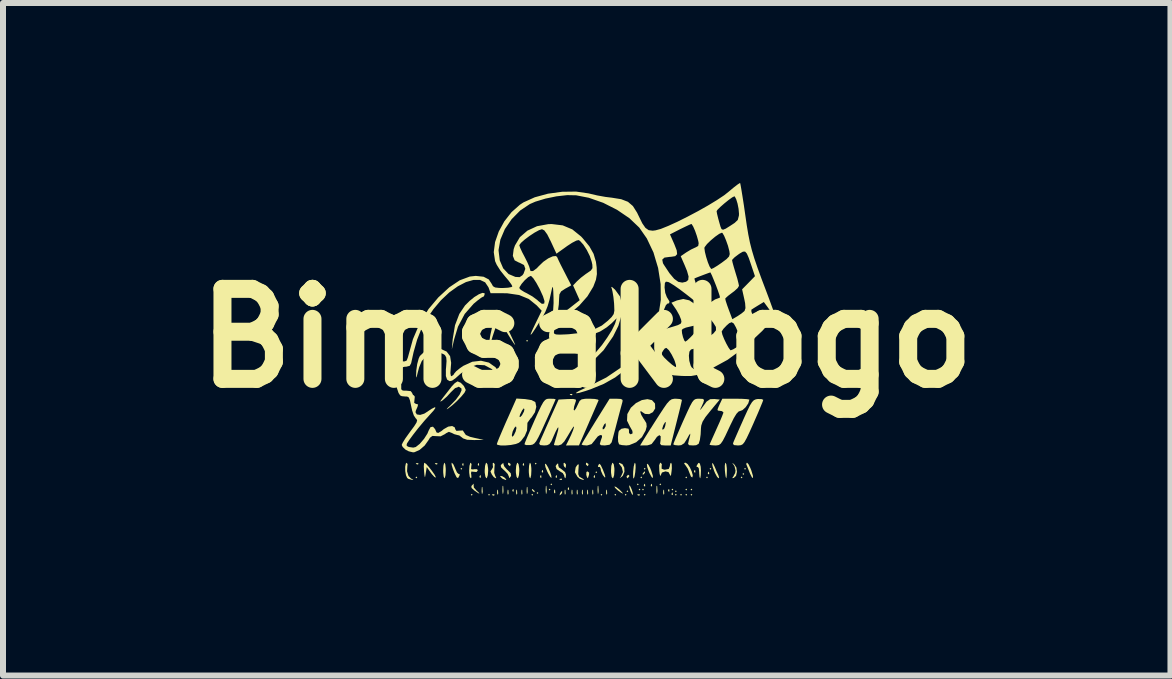
<source format=kicad_pcb>
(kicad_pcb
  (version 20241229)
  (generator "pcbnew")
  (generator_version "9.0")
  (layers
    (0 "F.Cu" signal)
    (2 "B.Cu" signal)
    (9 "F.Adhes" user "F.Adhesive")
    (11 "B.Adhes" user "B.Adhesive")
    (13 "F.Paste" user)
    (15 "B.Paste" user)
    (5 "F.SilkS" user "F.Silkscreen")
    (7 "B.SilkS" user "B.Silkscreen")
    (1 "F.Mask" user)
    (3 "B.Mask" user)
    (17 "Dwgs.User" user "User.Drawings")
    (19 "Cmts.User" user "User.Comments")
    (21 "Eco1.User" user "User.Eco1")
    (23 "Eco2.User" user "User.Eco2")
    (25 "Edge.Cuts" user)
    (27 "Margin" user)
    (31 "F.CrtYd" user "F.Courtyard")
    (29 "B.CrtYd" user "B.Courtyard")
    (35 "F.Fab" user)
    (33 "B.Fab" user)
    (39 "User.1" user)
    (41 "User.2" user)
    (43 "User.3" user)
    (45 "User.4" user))
  (footprint "Bimsaklogo"
    (layer "F.Cu")
    (at 6.729 2.586)
    (property "Reference" "Bimsaklogo" (at 0 0 0) (layer "F.SilkS") (effects (font (size 1.5 1.5) (thickness 0.3))))
    (attr board_only exclude_from_pos_files exclude_from_bom)
    (fp_poly (pts (xy -2.825 2.321) (xy -2.84 2.335) (xy -2.854 2.321) (xy -2.84 2.306)) (stroke (width 0) (type solid)) (fill yes) (layer "F.SilkS"))
    (fp_poly (pts (xy -2.076 2.177) (xy -2.09 2.191) (xy -2.105 2.177) (xy -2.09 2.162)) (stroke (width 0) (type solid)) (fill yes) (layer "F.SilkS"))
    (fp_poly (pts (xy -1.903 2.609) (xy -1.917 2.624) (xy -1.932 2.609) (xy -1.917 2.595)) (stroke (width 0) (type solid)) (fill yes) (layer "F.SilkS"))
    (fp_poly (pts (xy -1.615 2.609) (xy -1.629 2.624) (xy -1.643 2.609) (xy -1.629 2.595)) (stroke (width 0) (type solid)) (fill yes) (layer "F.SilkS"))
    (fp_poly (pts (xy -0.98 0.043) (xy -0.995 0.058) (xy -1.009 0.043) (xy -0.995 0.029)) (stroke (width 0) (type solid)) (fill yes) (layer "F.SilkS"))
    (fp_poly (pts (xy -0.894 2.609) (xy -0.908 2.624) (xy -0.923 2.609) (xy -0.908 2.595)) (stroke (width 0) (type solid)) (fill yes) (layer "F.SilkS"))
    (fp_poly (pts (xy -0.836 2.09) (xy -0.851 2.105) (xy -0.865 2.09) (xy -0.851 2.076)) (stroke (width 0) (type solid)) (fill yes) (layer "F.SilkS"))
    (fp_poly (pts (xy -0.807 2.58) (xy -0.822 2.595) (xy -0.836 2.58) (xy -0.822 2.566)) (stroke (width 0) (type solid)) (fill yes) (layer "F.SilkS"))
    (fp_poly (pts (xy -0.605 2.523) (xy -0.62 2.537) (xy -0.634 2.523) (xy -0.62 2.508)) (stroke (width 0) (type solid)) (fill yes) (layer "F.SilkS"))
    (fp_poly (pts (xy -0.577 2.436) (xy -0.591 2.451) (xy -0.605 2.436) (xy -0.591 2.422)) (stroke (width 0) (type solid)) (fill yes) (layer "F.SilkS"))
    (fp_poly (pts (xy 0.173 2.234) (xy 0.159 2.249) (xy 0.144 2.234) (xy 0.159 2.22)) (stroke (width 0) (type solid)) (fill yes) (layer "F.SilkS"))
    (fp_poly (pts (xy 0.259 2.609) (xy 0.245 2.624) (xy 0.231 2.609) (xy 0.245 2.595)) (stroke (width 0) (type solid)) (fill yes) (layer "F.SilkS"))
    (fp_poly (pts (xy 0.49 2.609) (xy 0.476 2.624) (xy 0.461 2.609) (xy 0.476 2.595)) (stroke (width 0) (type solid)) (fill yes) (layer "F.SilkS"))
    (fp_poly (pts (xy 0.663 2.609) (xy 0.649 2.624) (xy 0.634 2.609) (xy 0.649 2.595)) (stroke (width 0) (type solid)) (fill yes) (layer "F.SilkS"))
    (fp_poly (pts (xy 0.692 2.552) (xy 0.678 2.566) (xy 0.663 2.552) (xy 0.678 2.537)) (stroke (width 0) (type solid)) (fill yes) (layer "F.SilkS"))
    (fp_poly (pts (xy 0.865 2.436) (xy 0.851 2.451) (xy 0.836 2.436) (xy 0.851 2.422)) (stroke (width 0) (type solid)) (fill yes) (layer "F.SilkS"))
    (fp_poly (pts (xy 0.894 2.523) (xy 0.879 2.537) (xy 0.865 2.523) (xy 0.879 2.508)) (stroke (width 0) (type solid)) (fill yes) (layer "F.SilkS"))
    (fp_poly (pts (xy 0.923 2.321) (xy 0.908 2.335) (xy 0.894 2.321) (xy 0.908 2.306)) (stroke (width 0) (type solid)) (fill yes) (layer "F.SilkS"))
    (fp_poly (pts (xy 0.951 2.523) (xy 0.937 2.537) (xy 0.923 2.523) (xy 0.937 2.508)) (stroke (width 0) (type solid)) (fill yes) (layer "F.SilkS"))
    (fp_poly (pts (xy 0.98 2.177) (xy 0.966 2.191) (xy 0.951 2.177) (xy 0.966 2.162)) (stroke (width 0) (type solid)) (fill yes) (layer "F.SilkS"))
    (fp_poly (pts (xy 0.98 2.609) (xy 0.966 2.624) (xy 0.951 2.609) (xy 0.966 2.595)) (stroke (width 0) (type solid)) (fill yes) (layer "F.SilkS"))
    (fp_poly (pts (xy 1.24 2.436) (xy 1.225 2.451) (xy 1.211 2.436) (xy 1.225 2.422)) (stroke (width 0) (type solid)) (fill yes) (layer "F.SilkS"))
    (fp_poly (pts (xy 1.442 2.523) (xy 1.427 2.537) (xy 1.413 2.523) (xy 1.427 2.508)) (stroke (width 0) (type solid)) (fill yes) (layer "F.SilkS"))
    (fp_poly (pts (xy 1.499 2.552) (xy 1.485 2.566) (xy 1.47 2.552) (xy 1.485 2.537)) (stroke (width 0) (type solid)) (fill yes) (layer "F.SilkS"))
    (fp_poly (pts (xy 1.499 2.609) (xy 1.485 2.624) (xy 1.47 2.609) (xy 1.485 2.595)) (stroke (width 0) (type solid)) (fill yes) (layer "F.SilkS"))
    (fp_poly (pts (xy 1.586 2.609) (xy 1.571 2.624) (xy 1.557 2.609) (xy 1.571 2.595)) (stroke (width 0) (type solid)) (fill yes) (layer "F.SilkS"))
    (fp_poly (pts (xy 1.672 2.321) (xy 1.658 2.335) (xy 1.643 2.321) (xy 1.658 2.306)) (stroke (width 0) (type solid)) (fill yes) (layer "F.SilkS"))
    (fp_poly (pts (xy 1.672 2.523) (xy 1.658 2.537) (xy 1.643 2.523) (xy 1.658 2.508)) (stroke (width 0) (type solid)) (fill yes) (layer "F.SilkS"))
    (fp_poly (pts (xy 1.672 2.609) (xy 1.658 2.624) (xy 1.643 2.609) (xy 1.658 2.595)) (stroke (width 0) (type solid)) (fill yes) (layer "F.SilkS"))
    (fp_poly (pts (xy 1.759 2.523) (xy 1.744 2.537) (xy 1.73 2.523) (xy 1.744 2.508)) (stroke (width 0) (type solid)) (fill yes) (layer "F.SilkS"))
    (fp_poly (pts (xy 1.759 2.609) (xy 1.744 2.624) (xy 1.73 2.609) (xy 1.744 2.595)) (stroke (width 0) (type solid)) (fill yes) (layer "F.SilkS"))
    (fp_poly (pts (xy 2.018 2.321) (xy 2.004 2.335) (xy 1.989 2.321) (xy 2.004 2.306)) (stroke (width 0) (type solid)) (fill yes) (layer "F.SilkS"))
    (fp_poly (pts (xy 2.076 2.177) (xy 2.061 2.191) (xy 2.047 2.177) (xy 2.061 2.162)) (stroke (width 0) (type solid)) (fill yes) (layer "F.SilkS"))
    (fp_poly (pts (xy 2.595 2.321) (xy 2.58 2.335) (xy 2.566 2.321) (xy 2.58 2.306)) (stroke (width 0) (type solid)) (fill yes) (layer "F.SilkS"))
    (fp_poly (pts (xy 2.624 2.263) (xy 2.609 2.278) (xy 2.595 2.263) (xy 2.609 2.249)) (stroke (width 0) (type solid)) (fill yes) (layer "F.SilkS"))
    (fp_poly (pts (xy 2.652 2.177) (xy 2.638 2.191) (xy 2.624 2.177) (xy 2.638 2.162)) (stroke (width 0) (type solid)) (fill yes) (layer "F.SilkS"))
    (fp_poly (pts (xy -2.806 2.085) (xy -2.81 2.103) (xy -2.825 2.105) (xy -2.849 2.094) (xy -2.845 2.085) (xy -2.81 2.082)) (stroke (width 0) (type solid)) (fill yes) (layer "F.SilkS"))
    (fp_poly (pts (xy -2.489 2.085) (xy -2.493 2.103) (xy -2.508 2.105) (xy -2.532 2.094) (xy -2.528 2.085) (xy -2.493 2.082)) (stroke (width 0) (type solid)) (fill yes) (layer "F.SilkS"))
    (fp_poly (pts (xy -2.057 2.085) (xy -2.053 2.12) (xy -2.057 2.124) (xy -2.074 2.12) (xy -2.076 2.105) (xy -2.065 2.081)) (stroke (width 0) (type solid)) (fill yes) (layer "F.SilkS"))
    (fp_poly (pts (xy -1.797 2.085) (xy -1.794 2.12) (xy -1.797 2.124) (xy -1.814 2.12) (xy -1.816 2.105) (xy -1.806 2.081)) (stroke (width 0) (type solid)) (fill yes) (layer "F.SilkS"))
    (fp_poly (pts (xy -1.768 2.287) (xy -1.765 2.321) (xy -1.768 2.326) (xy -1.785 2.322) (xy -1.788 2.306) (xy -1.777 2.283)) (stroke (width 0) (type solid)) (fill yes) (layer "F.SilkS"))
    (fp_poly (pts (xy -1.538 2.604) (xy -1.542 2.622) (xy -1.557 2.624) (xy -1.581 2.613) (xy -1.576 2.604) (xy -1.542 2.601)) (stroke (width 0) (type solid)) (fill yes) (layer "F.SilkS"))
    (fp_poly (pts (xy -1.48 2.53) (xy -1.476 2.589) (xy -1.48 2.602) (xy -1.491 2.606) (xy -1.495 2.566) (xy -1.49 2.525)) (stroke (width 0) (type solid)) (fill yes) (layer "F.SilkS"))
    (fp_poly (pts (xy -1.307 2.53) (xy -1.303 2.589) (xy -1.307 2.602) (xy -1.318 2.606) (xy -1.322 2.566) (xy -1.317 2.525)) (stroke (width 0) (type solid)) (fill yes) (layer "F.SilkS"))
    (fp_poly (pts (xy -1.221 2.518) (xy -1.217 2.552) (xy -1.221 2.556) (xy -1.238 2.552) (xy -1.24 2.537) (xy -1.229 2.513)) (stroke (width 0) (type solid)) (fill yes) (layer "F.SilkS"))
    (fp_poly (pts (xy -1.163 2.53) (xy -1.159 2.589) (xy -1.163 2.602) (xy -1.173 2.606) (xy -1.178 2.566) (xy -1.173 2.525)) (stroke (width 0) (type solid)) (fill yes) (layer "F.SilkS"))
    (fp_poly (pts (xy -1.076 2.53) (xy -1.073 2.589) (xy -1.076 2.602) (xy -1.087 2.606) (xy -1.091 2.566) (xy -1.086 2.525)) (stroke (width 0) (type solid)) (fill yes) (layer "F.SilkS"))
    (fp_poly (pts (xy -1.048 2.085) (xy -1.044 2.12) (xy -1.048 2.124) (xy -1.065 2.12) (xy -1.067 2.105) (xy -1.056 2.081)) (stroke (width 0) (type solid)) (fill yes) (layer "F.SilkS"))
    (fp_poly (pts (xy -0.759 2.287) (xy -0.756 2.321) (xy -0.759 2.326) (xy -0.776 2.322) (xy -0.778 2.306) (xy -0.768 2.283)) (stroke (width 0) (type solid)) (fill yes) (layer "F.SilkS"))
    (fp_poly (pts (xy -0.73 2.201) (xy -0.727 2.235) (xy -0.73 2.239) (xy -0.748 2.235) (xy -0.75 2.22) (xy -0.739 2.196)) (stroke (width 0) (type solid)) (fill yes) (layer "F.SilkS"))
    (fp_poly (pts (xy -0.528 2.532) (xy -0.525 2.577) (xy -0.53 2.587) (xy -0.543 2.578) (xy -0.546 2.549) (xy -0.538 2.518)) (stroke (width 0) (type solid)) (fill yes) (layer "F.SilkS"))
    (fp_poly (pts (xy -0.5 2.287) (xy -0.496 2.321) (xy -0.5 2.326) (xy -0.517 2.322) (xy -0.519 2.306) (xy -0.508 2.283)) (stroke (width 0) (type solid)) (fill yes) (layer "F.SilkS"))
    (fp_poly (pts (xy -0.413 2.345) (xy -0.417 2.362) (xy -0.432 2.364) (xy -0.456 2.354) (xy -0.452 2.345) (xy -0.417 2.341)) (stroke (width 0) (type solid)) (fill yes) (layer "F.SilkS"))
    (fp_poly (pts (xy -0.356 2.53) (xy -0.352 2.589) (xy -0.356 2.602) (xy -0.366 2.606) (xy -0.37 2.566) (xy -0.366 2.525)) (stroke (width 0) (type solid)) (fill yes) (layer "F.SilkS"))
    (fp_poly (pts (xy -0.298 2.489) (xy -0.294 2.523) (xy -0.298 2.528) (xy -0.315 2.524) (xy -0.317 2.508) (xy -0.307 2.485)) (stroke (width 0) (type solid)) (fill yes) (layer "F.SilkS"))
    (fp_poly (pts (xy -0.24 2.53) (xy -0.237 2.589) (xy -0.24 2.602) (xy -0.251 2.606) (xy -0.255 2.566) (xy -0.25 2.525)) (stroke (width 0) (type solid)) (fill yes) (layer "F.SilkS"))
    (fp_poly (pts (xy -0.24 0.932) (xy -0.244 0.949) (xy -0.259 0.951) (xy -0.283 0.941) (xy -0.279 0.932) (xy -0.244 0.929)) (stroke (width 0) (type solid)) (fill yes) (layer "F.SilkS"))
    (fp_poly (pts (xy -0.154 2.53) (xy -0.15 2.589) (xy -0.154 2.602) (xy -0.164 2.606) (xy -0.168 2.566) (xy -0.164 2.525)) (stroke (width 0) (type solid)) (fill yes) (layer "F.SilkS"))
    (fp_poly (pts (xy -0.067 2.53) (xy -0.064 2.589) (xy -0.067 2.602) (xy -0.078 2.606) (xy -0.082 2.566) (xy -0.077 2.525)) (stroke (width 0) (type solid)) (fill yes) (layer "F.SilkS"))
    (fp_poly (pts (xy 0.019 2.53) (xy 0.023 2.589) (xy 0.019 2.602) (xy 0.009 2.606) (xy 0.005 2.566) (xy 0.009 2.525)) (stroke (width 0) (type solid)) (fill yes) (layer "F.SilkS"))
    (fp_poly (pts (xy 0.106 2.53) (xy 0.109 2.589) (xy 0.106 2.602) (xy 0.095 2.606) (xy 0.091 2.566) (xy 0.096 2.525)) (stroke (width 0) (type solid)) (fill yes) (layer "F.SilkS"))
    (fp_poly (pts (xy 0.135 2.287) (xy 0.138 2.321) (xy 0.135 2.326) (xy 0.117 2.322) (xy 0.115 2.306) (xy 0.126 2.283)) (stroke (width 0) (type solid)) (fill yes) (layer "F.SilkS"))
    (fp_poly (pts (xy 0.336 2.53) (xy 0.34 2.589) (xy 0.336 2.602) (xy 0.326 2.606) (xy 0.322 2.566) (xy 0.326 2.525)) (stroke (width 0) (type solid)) (fill yes) (layer "F.SilkS"))
    (fp_poly (pts (xy 0.884 2.604) (xy 0.88 2.622) (xy 0.865 2.624) (xy 0.841 2.613) (xy 0.846 2.604) (xy 0.88 2.601)) (stroke (width 0) (type solid)) (fill yes) (layer "F.SilkS"))
    (fp_poly (pts (xy 0.971 2.431) (xy 0.974 2.466) (xy 0.971 2.47) (xy 0.954 2.466) (xy 0.951 2.451) (xy 0.962 2.427)) (stroke (width 0) (type solid)) (fill yes) (layer "F.SilkS"))
    (fp_poly (pts (xy 1.086 2.431) (xy 1.089 2.466) (xy 1.086 2.47) (xy 1.069 2.466) (xy 1.067 2.451) (xy 1.077 2.427)) (stroke (width 0) (type solid)) (fill yes) (layer "F.SilkS"))
    (fp_poly (pts (xy 1.288 2.53) (xy 1.291 2.589) (xy 1.288 2.602) (xy 1.277 2.606) (xy 1.273 2.566) (xy 1.278 2.525)) (stroke (width 0) (type solid)) (fill yes) (layer "F.SilkS"))
    (fp_poly (pts (xy 1.374 2.518) (xy 1.378 2.552) (xy 1.374 2.556) (xy 1.357 2.552) (xy 1.355 2.537) (xy 1.366 2.513)) (stroke (width 0) (type solid)) (fill yes) (layer "F.SilkS"))
    (fp_poly (pts (xy 1.432 2.576) (xy 1.435 2.61) (xy 1.432 2.614) (xy 1.415 2.61) (xy 1.413 2.595) (xy 1.423 2.571)) (stroke (width 0) (type solid)) (fill yes) (layer "F.SilkS"))
    (fp_poly (pts (xy 1.807 2.201) (xy 1.81 2.235) (xy 1.807 2.239) (xy 1.79 2.235) (xy 1.788 2.22) (xy 1.798 2.196)) (stroke (width 0) (type solid)) (fill yes) (layer "F.SilkS"))
    (fp_poly (pts (xy 2.037 2.23) (xy 2.041 2.264) (xy 2.037 2.268) (xy 2.02 2.264) (xy 2.018 2.249) (xy 2.029 2.225)) (stroke (width 0) (type solid)) (fill yes) (layer "F.SilkS"))
    (fp_poly (pts (xy -0.898 2.52) (xy -0.867 2.549) (xy -0.874 2.566) (xy -0.878 2.566) (xy -0.902 2.545) (xy -0.911 2.533) (xy -0.914 2.513)) (stroke (width 0) (type solid)) (fill yes) (layer "F.SilkS"))
    (fp_poly (pts (xy -0.412 2.581) (xy -0.429 2.602) (xy -0.453 2.621) (xy -0.447 2.592) (xy -0.445 2.586) (xy -0.422 2.551) (xy -0.409 2.551)) (stroke (width 0) (type solid)) (fill yes) (layer "F.SilkS"))
    (fp_poly (pts (xy -1.739 2.487) (xy -1.734 2.56) (xy -1.739 2.588) (xy -1.747 2.597) (xy -1.752 2.557) (xy -1.752 2.537) (xy -1.749 2.485) (xy -1.742 2.478)) (stroke (width 0) (type solid)) (fill yes) (layer "F.SilkS"))
    (fp_poly (pts (xy -1.41 2.3) (xy -1.371 2.323) (xy -1.34 2.355) (xy -1.352 2.363) (xy -1.397 2.345) (xy -1.412 2.336) (xy -1.441 2.307) (xy -1.441 2.296)) (stroke (width 0) (type solid)) (fill yes) (layer "F.SilkS"))
    (fp_poly (pts (xy -1.392 2.473) (xy -1.388 2.548) (xy -1.393 2.588) (xy -1.401 2.595) (xy -1.405 2.553) (xy -1.405 2.523) (xy -1.403 2.467) (xy -1.396 2.458)) (stroke (width 0) (type solid)) (fill yes) (layer "F.SilkS"))
    (fp_poly (pts (xy -1.27 2.097) (xy -1.269 2.105) (xy -1.278 2.133) (xy -1.281 2.133) (xy -1.306 2.113) (xy -1.312 2.105) (xy -1.31 2.078) (xy -1.299 2.076)) (stroke (width 0) (type solid)) (fill yes) (layer "F.SilkS"))
    (fp_poly (pts (xy -0.989 2.487) (xy -0.985 2.56) (xy -0.989 2.588) (xy -0.998 2.597) (xy -1.002 2.557) (xy -1.002 2.537) (xy -0.999 2.485) (xy -0.992 2.478)) (stroke (width 0) (type solid)) (fill yes) (layer "F.SilkS"))
    (fp_poly (pts (xy -0.672 2.473) (xy -0.667 2.548) (xy -0.672 2.588) (xy -0.68 2.595) (xy -0.684 2.553) (xy -0.685 2.523) (xy -0.682 2.467) (xy -0.675 2.458)) (stroke (width 0) (type solid)) (fill yes) (layer "F.SilkS"))
    (fp_poly (pts (xy -0.349 2.099) (xy -0.346 2.119) (xy -0.352 2.158) (xy -0.357 2.162) (xy -0.376 2.14) (xy -0.385 2.119) (xy -0.386 2.082) (xy -0.374 2.076)) (stroke (width 0) (type solid)) (fill yes) (layer "F.SilkS"))
    (fp_poly (pts (xy 0.028 2.097) (xy 0.029 2.105) (xy 0.019 2.133) (xy 0.016 2.133) (xy -0.008 2.113) (xy -0.014 2.105) (xy -0.012 2.078) (xy -0.002 2.076)) (stroke (width 0) (type solid)) (fill yes) (layer "F.SilkS"))
    (fp_poly (pts (xy 0.04 2.242) (xy 0.037 2.278) (xy 0.022 2.324) (xy 0.014 2.335) (xy 0.002 2.312) (xy -0.008 2.278) (xy -0.006 2.23) (xy 0.014 2.22)) (stroke (width 0) (type solid)) (fill yes) (layer "F.SilkS"))
    (fp_poly (pts (xy 0.193 2.473) (xy 0.198 2.548) (xy 0.193 2.588) (xy 0.185 2.595) (xy 0.181 2.553) (xy 0.18 2.523) (xy 0.183 2.467) (xy 0.19 2.458)) (stroke (width 0) (type solid)) (fill yes) (layer "F.SilkS"))
    (fp_poly (pts (xy 0.711 2.295) (xy 0.706 2.306) (xy 0.68 2.334) (xy 0.676 2.335) (xy 0.663 2.313) (xy 0.663 2.306) (xy 0.685 2.279) (xy 0.694 2.278)) (stroke (width 0) (type solid)) (fill yes) (layer "F.SilkS"))
    (fp_poly (pts (xy 0.971 2.239) (xy 0.966 2.249) (xy 0.939 2.276) (xy 0.934 2.278) (xy 0.932 2.259) (xy 0.937 2.249) (xy 0.964 2.221) (xy 0.969 2.22)) (stroke (width 0) (type solid)) (fill yes) (layer "F.SilkS"))
    (fp_poly (pts (xy 1.174 2.473) (xy 1.178 2.548) (xy 1.173 2.588) (xy 1.165 2.595) (xy 1.161 2.553) (xy 1.161 2.523) (xy 1.163 2.467) (xy 1.17 2.458)) (stroke (width 0) (type solid)) (fill yes) (layer "F.SilkS"))
    (fp_poly (pts (xy 0.489 2.48) (xy 0.539 2.519) (xy 0.547 2.526) (xy 0.596 2.577) (xy 0.6 2.592) (xy 0.563 2.57) (xy 0.519 2.538) (xy 0.474 2.497) (xy 0.461 2.472) (xy 0.462 2.471)) (stroke (width 0) (type solid)) (fill yes) (layer "F.SilkS"))
    (fp_poly (pts (xy 0.728 2.474) (xy 0.751 2.527) (xy 0.768 2.583) (xy 0.768 2.615) (xy 0.768 2.615) (xy 0.752 2.599) (xy 0.728 2.546) (xy 0.726 2.539) (xy 0.708 2.479) (xy 0.708 2.451) (xy 0.709 2.451)) (stroke (width 0) (type solid)) (fill yes) (layer "F.SilkS"))
    (fp_poly (pts (xy 1.027 2.109) (xy 1.057 2.165) (xy 1.074 2.207) (xy 1.101 2.294) (xy 1.102 2.331) (xy 1.082 2.316) (xy 1.045 2.248) (xy 1.033 2.22) (xy 1.008 2.147) (xy 1.002 2.1) (xy 1.006 2.092)) (stroke (width 0) (type solid)) (fill yes) (layer "F.SilkS"))
    (fp_poly (pts (xy -2.358 2.102) (xy -2.351 2.167) (xy -2.35 2.206) (xy -2.354 2.283) (xy -2.365 2.329) (xy -2.371 2.335) (xy -2.384 2.31) (xy -2.392 2.244) (xy -2.393 2.206) (xy -2.389 2.128) (xy -2.378 2.082) (xy -2.371 2.076)) (stroke (width 0) (type solid)) (fill yes) (layer "F.SilkS"))
    (fp_poly (pts (xy -1.886 2.443) (xy -1.886 2.444) (xy -1.882 2.489) (xy -1.84 2.537) (xy -1.794 2.58) (xy -1.791 2.592) (xy -1.826 2.572) (xy -1.874 2.538) (xy -1.92 2.496) (xy -1.923 2.465) (xy -1.906 2.445) (xy -1.878 2.423)) (stroke (width 0) (type solid)) (fill yes) (layer "F.SilkS"))
    (fp_poly (pts (xy -1.655 2.102) (xy -1.645 2.167) (xy -1.643 2.206) (xy -1.649 2.283) (xy -1.664 2.329) (xy -1.672 2.335) (xy -1.689 2.31) (xy -1.7 2.244) (xy -1.701 2.206) (xy -1.695 2.128) (xy -1.681 2.082) (xy -1.672 2.076)) (stroke (width 0) (type solid)) (fill yes) (layer "F.SilkS"))
    (fp_poly (pts (xy -1.136 2.102) (xy -1.126 2.167) (xy -1.124 2.206) (xy -1.13 2.283) (xy -1.145 2.329) (xy -1.153 2.335) (xy -1.17 2.31) (xy -1.181 2.244) (xy -1.182 2.206) (xy -1.176 2.128) (xy -1.162 2.082) (xy -1.153 2.076)) (stroke (width 0) (type solid)) (fill yes) (layer "F.SilkS"))
    (fp_poly (pts (xy -0.931 2.102) (xy -0.924 2.167) (xy -0.923 2.206) (xy -0.927 2.283) (xy -0.938 2.329) (xy -0.944 2.335) (xy -0.957 2.31) (xy -0.965 2.244) (xy -0.966 2.206) (xy -0.962 2.128) (xy -0.951 2.082) (xy -0.944 2.076)) (stroke (width 0) (type solid)) (fill yes) (layer "F.SilkS"))
    (fp_poly (pts (xy -0.673 2.107) (xy -0.643 2.158) (xy -0.613 2.225) (xy -0.592 2.287) (xy -0.588 2.326) (xy -0.589 2.329) (xy -0.608 2.313) (xy -0.64 2.259) (xy -0.658 2.223) (xy -0.688 2.15) (xy -0.697 2.101) (xy -0.693 2.091)) (stroke (width 0) (type solid)) (fill yes) (layer "F.SilkS"))
    (fp_poly (pts (xy 0.45 2.102) (xy 0.46 2.167) (xy 0.461 2.206) (xy 0.456 2.283) (xy 0.441 2.329) (xy 0.432 2.335) (xy 0.415 2.31) (xy 0.405 2.244) (xy 0.404 2.206) (xy 0.409 2.128) (xy 0.424 2.082) (xy 0.432 2.076)) (stroke (width 0) (type solid)) (fill yes) (layer "F.SilkS"))
    (fp_poly (pts (xy 0.813 2.101) (xy 0.814 2.161) (xy 0.808 2.235) (xy 0.797 2.302) (xy 0.783 2.341) (xy 0.783 2.341) (xy 0.774 2.327) (xy 0.772 2.271) (xy 0.774 2.219) (xy 0.783 2.137) (xy 0.796 2.085) (xy 0.804 2.076)) (stroke (width 0) (type solid)) (fill yes) (layer "F.SilkS"))
    (fp_poly (pts (xy 2.108 2.095) (xy 2.133 2.146) (xy 2.166 2.225) (xy 2.192 2.28) (xy 2.206 2.323) (xy 2.197 2.335) (xy 2.172 2.311) (xy 2.138 2.249) (xy 2.124 2.215) (xy 2.098 2.14) (xy 2.088 2.09) (xy 2.09 2.081)) (stroke (width 0) (type solid)) (fill yes) (layer "F.SilkS"))
    (fp_poly (pts (xy 2.326 2.102) (xy 2.334 2.167) (xy 2.335 2.206) (xy 2.333 2.283) (xy 2.327 2.329) (xy 2.324 2.335) (xy 2.315 2.31) (xy 2.306 2.244) (xy 2.302 2.206) (xy 2.3 2.128) (xy 2.307 2.082) (xy 2.313 2.076)) (stroke (width 0) (type solid)) (fill yes) (layer "F.SilkS"))
    (fp_poly (pts (xy 0.594 2.1) (xy 0.625 2.157) (xy 0.628 2.228) (xy 0.601 2.292) (xy 0.584 2.309) (xy 0.55 2.332) (xy 0.558 2.319) (xy 0.569 2.307) (xy 0.603 2.231) (xy 0.584 2.152) (xy 0.56 2.121) (xy 0.534 2.086) (xy 0.54 2.076)) (stroke (width 0) (type solid)) (fill yes) (layer "F.SilkS"))
    (fp_poly (pts (xy 1.682 2.099) (xy 1.719 2.155) (xy 1.75 2.224) (xy 1.767 2.286) (xy 1.76 2.32) (xy 1.759 2.32) (xy 1.737 2.307) (xy 1.716 2.256) (xy 1.685 2.177) (xy 1.651 2.126) (xy 1.622 2.088) (xy 1.634 2.076) (xy 1.649 2.076)) (stroke (width 0) (type solid)) (fill yes) (layer "F.SilkS"))
    (fp_poly (pts (xy 2.695 2.1) (xy 2.726 2.163) (xy 2.743 2.206) (xy 2.769 2.292) (xy 2.771 2.331) (xy 2.753 2.32) (xy 2.72 2.255) (xy 2.709 2.227) (xy 2.68 2.153) (xy 2.66 2.104) (xy 2.657 2.097) (xy 2.668 2.076) (xy 2.672 2.076)) (stroke (width 0) (type solid)) (fill yes) (layer "F.SilkS"))
    (fp_poly (pts (xy -0.134 2.115) (xy -0.138 2.179) (xy -0.139 2.189) (xy -0.142 2.267) (xy -0.124 2.309) (xy -0.082 2.333) (xy -0.045 2.354) (xy -0.06 2.362) (xy -0.114 2.344) (xy -0.154 2.311) (xy -0.198 2.234) (xy -0.185 2.154) (xy -0.165 2.123) (xy -0.142 2.098)) (stroke (width 0) (type solid)) (fill yes) (layer "F.SilkS"))
    (fp_poly (pts (xy 2.442 2.09) (xy 2.459 2.104) (xy 2.494 2.157) (xy 2.503 2.228) (xy 2.488 2.294) (xy 2.451 2.329) (xy 2.423 2.333) (xy 2.442 2.306) (xy 2.443 2.304) (xy 2.474 2.245) (xy 2.479 2.206) (xy 2.463 2.136) (xy 2.443 2.105) (xy 2.423 2.079)) (stroke (width 0) (type solid)) (fill yes) (layer "F.SilkS"))
    (fp_poly (pts (xy -2.986 2.099) (xy -2.99 2.133) (xy -2.995 2.218) (xy -2.972 2.295) (xy -2.928 2.341) (xy -2.919 2.344) (xy -2.889 2.355) (xy -2.913 2.361) (xy -2.972 2.345) (xy -2.993 2.33) (xy -3.013 2.285) (xy -3.025 2.216) (xy -3.026 2.144) (xy -3.016 2.091) (xy -3.001 2.076)) (stroke (width 0) (type solid)) (fill yes) (layer "F.SilkS"))
    (fp_poly (pts (xy -1.534 2.101) (xy -1.539 2.166) (xy -1.542 2.246) (xy -1.525 2.296) (xy -1.509 2.329) (xy -1.518 2.335) (xy -1.551 2.314) (xy -1.581 2.274) (xy -1.605 2.222) (xy -1.588 2.193) (xy -1.584 2.19) (xy -1.562 2.149) (xy -1.566 2.122) (xy -1.567 2.083) (xy -1.552 2.076)) (stroke (width 0) (type solid)) (fill yes) (layer "F.SilkS"))
    (fp_poly (pts (xy -0.473 2.095) (xy -0.477 2.112) (xy -0.465 2.153) (xy -0.419 2.185) (xy -0.362 2.232) (xy -0.346 2.277) (xy -0.352 2.324) (xy -0.36 2.335) (xy -0.373 2.312) (xy -0.375 2.291) (xy -0.399 2.249) (xy -0.447 2.22) (xy -0.503 2.181) (xy -0.519 2.131) (xy -0.49 2.09)) (stroke (width 0) (type solid)) (fill yes) (layer "F.SilkS"))
    (fp_poly (pts (xy 0.232 2.114) (xy 0.266 2.185) (xy 0.267 2.187) (xy 0.299 2.27) (xy 0.31 2.316) (xy 0.299 2.321) (xy 0.266 2.278) (xy 0.266 2.277) (xy 0.237 2.212) (xy 0.231 2.175) (xy 0.217 2.145) (xy 0.202 2.148) (xy 0.186 2.143) (xy 0.193 2.114) (xy 0.21 2.093)) (stroke (width 0) (type solid)) (fill yes) (layer "F.SilkS"))
    (fp_poly (pts (xy 1.884 2.087) (xy 1.899 2.143) (xy 1.903 2.206) (xy 1.9 2.283) (xy 1.893 2.329) (xy 1.888 2.335) (xy 1.879 2.31) (xy 1.874 2.247) (xy 1.874 2.233) (xy 1.867 2.168) (xy 1.85 2.146) (xy 1.846 2.148) (xy 1.829 2.143) (xy 1.834 2.121) (xy 1.861 2.078)) (stroke (width 0) (type solid)) (fill yes) (layer "F.SilkS"))
    (fp_poly (pts (xy -2.225 2.1) (xy -2.197 2.161) (xy -2.191 2.177) (xy -2.163 2.238) (xy -2.137 2.263) (xy -2.131 2.262) (xy -2.117 2.269) (xy -2.122 2.291) (xy -2.145 2.332) (xy -2.167 2.321) (xy -2.172 2.314) (xy -2.204 2.25) (xy -2.232 2.177) (xy -2.251 2.114) (xy -2.253 2.078) (xy -2.25 2.076)) (stroke (width 0) (type solid)) (fill yes) (layer "F.SilkS"))
    (fp_poly (pts (xy -1.389 2.097) (xy -1.375 2.137) (xy -1.329 2.19) (xy -1.319 2.198) (xy -1.267 2.251) (xy -1.261 2.293) (xy -1.268 2.306) (xy -1.291 2.334) (xy -1.297 2.312) (xy -1.297 2.308) (xy -1.318 2.262) (xy -1.369 2.208) (xy -1.377 2.202) (xy -1.427 2.154) (xy -1.434 2.122) (xy -1.418 2.1) (xy -1.39 2.078)) (stroke (width 0) (type solid)) (fill yes) (layer "F.SilkS"))
    (fp_poly (pts (xy -2.677 2.096) (xy -2.631 2.147) (xy -2.581 2.211) (xy -2.538 2.272) (xy -2.516 2.315) (xy -2.516 2.324) (xy -2.54 2.312) (xy -2.582 2.266) (xy -2.599 2.243) (xy -2.667 2.148) (xy -2.683 2.249) (xy -2.693 2.306) (xy -2.699 2.316) (xy -2.706 2.276) (xy -2.712 2.213) (xy -2.716 2.133) (xy -2.711 2.084) (xy -2.706 2.076)) (stroke (width 0) (type solid)) (fill yes) (layer "F.SilkS"))
    (fp_poly (pts (xy -1.704 -0.749) (xy -1.701 -0.736) (xy -1.714 -0.697) (xy -1.726 -0.692) (xy -1.759 -0.674) (xy -1.82 -0.628) (xy -1.886 -0.573) (xy -2.034 -0.404) (xy -2.146 -0.192) (xy -2.208 0.012) (xy -2.249 0.187) (xy -2.234 0.014) (xy -2.196 -0.215) (xy -2.124 -0.404) (xy -2.029 -0.545) (xy -1.954 -0.62) (xy -1.874 -0.685) (xy -1.798 -0.732) (xy -1.738 -0.755)) (stroke (width 0) (type solid)) (fill yes) (layer "F.SilkS"))
    (fp_poly (pts (xy -1.92 2.099) (xy -1.925 2.138) (xy -1.928 2.183) (xy -1.896 2.188) (xy -1.879 2.184) (xy -1.827 2.184) (xy -1.816 2.206) (xy -1.838 2.231) (xy -1.879 2.227) (xy -1.924 2.223) (xy -1.929 2.256) (xy -1.925 2.273) (xy -1.922 2.321) (xy -1.934 2.335) (xy -1.95 2.31) (xy -1.959 2.244) (xy -1.96 2.206) (xy -1.955 2.128) (xy -1.942 2.082) (xy -1.934 2.076)) (stroke (width 0) (type solid)) (fill yes) (layer "F.SilkS"))
    (fp_poly (pts (xy 1.416 2.101) (xy 1.418 2.167) (xy 1.414 2.213) (xy 1.405 2.278) (xy 1.396 2.299) (xy 1.391 2.285) (xy 1.362 2.232) (xy 1.312 2.22) (xy 1.253 2.239) (xy 1.233 2.285) (xy 1.225 2.298) (xy 1.215 2.261) (xy 1.209 2.213) (xy 1.206 2.119) (xy 1.222 2.078) (xy 1.23 2.076) (xy 1.251 2.099) (xy 1.248 2.133) (xy 1.248 2.176) (xy 1.287 2.191) (xy 1.308 2.191) (xy 1.367 2.179) (xy 1.384 2.136) (xy 1.384 2.133) (xy 1.393 2.087) (xy 1.406 2.076)) (stroke (width 0) (type solid)) (fill yes) (layer "F.SilkS"))
    (fp_poly (pts (xy 2.912 1.015) (xy 2.941 1.027) (xy 2.941 1.029) (xy 2.93 1.062) (xy 2.899 1.138) (xy 2.854 1.246) (xy 2.797 1.376) (xy 2.778 1.42) (xy 2.713 1.565) (xy 2.665 1.666) (xy 2.629 1.731) (xy 2.6 1.767) (xy 2.57 1.783) (xy 2.536 1.787) (xy 2.519 1.788) (xy 2.455 1.782) (xy 2.437 1.762) (xy 2.443 1.737) (xy 2.462 1.692) (xy 2.499 1.607) (xy 2.549 1.493) (xy 2.607 1.363) (xy 2.61 1.355) (xy 2.673 1.217) (xy 2.718 1.124) (xy 2.754 1.066) (xy 2.785 1.034) (xy 2.818 1.019) (xy 2.85 1.014)) (stroke (width 0) (type solid)) (fill yes) (layer "F.SilkS"))
    (fp_poly (pts (xy -0.55 1.011) (xy -0.519 1.017) (xy -0.519 1.017) (xy -0.53 1.045) (xy -0.561 1.116) (xy -0.607 1.22) (xy -0.664 1.347) (xy -0.688 1.399) (xy -0.755 1.547) (xy -0.805 1.65) (xy -0.842 1.716) (xy -0.874 1.755) (xy -0.904 1.774) (xy -0.939 1.781) (xy -0.947 1.782) (xy -1.01 1.782) (xy -1.038 1.769) (xy -1.038 1.768) (xy -1.027 1.734) (xy -0.996 1.658) (xy -0.95 1.551) (xy -0.893 1.421) (xy -0.874 1.377) (xy -0.808 1.231) (xy -0.76 1.13) (xy -0.724 1.066) (xy -0.694 1.03) (xy -0.665 1.013) (xy -0.63 1.009) (xy -0.614 1.009)) (stroke (width 0) (type solid)) (fill yes) (layer "F.SilkS"))
    (fp_poly (pts (xy -1.461 -0.432) (xy -1.441 -0.399) (xy -1.405 -0.331) (xy -1.359 -0.24) (xy -1.309 -0.139) (xy -1.261 -0.039) (xy -1.222 0.044) (xy -1.197 0.1) (xy -1.193 0.115) (xy -1.212 0.092) (xy -1.253 0.032) (xy -1.308 -0.056) (xy -1.327 -0.088) (xy -1.399 -0.198) (xy -1.449 -0.256) (xy -1.478 -0.263) (xy -1.5 -0.223) (xy -1.531 -0.144) (xy -1.566 -0.039) (xy -1.575 -0.009) (xy -1.608 0.097) (xy -1.626 0.151) (xy -1.634 0.157) (xy -1.632 0.119) (xy -1.627 0.072) (xy -1.607 -0.052) (xy -1.58 -0.174) (xy -1.548 -0.285) (xy -1.515 -0.372) (xy -1.485 -0.425) (xy -1.461 -0.432)) (stroke (width 0) (type solid)) (fill yes) (layer "F.SilkS"))
    (fp_poly (pts (xy -2.099 0.744) (xy -2.048 0.797) (xy -2.019 0.856) (xy -2.018 0.868) (xy -2.038 0.909) (xy -2.091 0.973) (xy -2.163 1.048) (xy -2.243 1.12) (xy -2.317 1.177) (xy -2.321 1.18) (xy -2.335 1.184) (xy -2.312 1.157) (xy -2.274 1.121) (xy -2.182 1.026) (xy -2.118 0.939) (xy -2.087 0.87) (xy -2.089 0.837) (xy -2.133 0.809) (xy -2.195 0.833) (xy -2.265 0.901) (xy -2.33 0.972) (xy -2.393 1.028) (xy -2.404 1.037) (xy -2.438 1.058) (xy -2.438 1.047) (xy -2.402 0.999) (xy -2.393 0.987) (xy -2.325 0.9) (xy -2.258 0.814) (xy -2.254 0.808) (xy -2.201 0.751) (xy -2.157 0.722) (xy -2.15 0.721)) (stroke (width 0) (type solid)) (fill yes) (layer "F.SilkS"))
    (fp_poly (pts (xy 2.591 1.011) (xy 2.67 1.016) (xy 2.708 1.023) (xy 2.71 1.025) (xy 2.692 1.086) (xy 2.648 1.151) (xy 2.595 1.199) (xy 2.563 1.211) (xy 2.531 1.222) (xy 2.495 1.26) (xy 2.451 1.332) (xy 2.394 1.448) (xy 2.37 1.499) (xy 2.311 1.625) (xy 2.268 1.708) (xy 2.235 1.756) (xy 2.204 1.78) (xy 2.167 1.787) (xy 2.142 1.788) (xy 2.078 1.784) (xy 2.047 1.777) (xy 2.047 1.776) (xy 2.058 1.747) (xy 2.089 1.677) (xy 2.133 1.579) (xy 2.162 1.514) (xy 2.212 1.403) (xy 2.251 1.311) (xy 2.274 1.251) (xy 2.278 1.237) (xy 2.253 1.216) (xy 2.22 1.211) (xy 2.185 1.207) (xy 2.179 1.187) (xy 2.2 1.135) (xy 2.211 1.11) (xy 2.259 1.009) (xy 2.485 1.009)) (stroke (width 0) (type solid)) (fill yes) (layer "F.SilkS"))
    (fp_poly (pts (xy 1.551 1.014) (xy 1.585 1.027) (xy 1.586 1.03) (xy 1.579 1.064) (xy 1.561 1.143) (xy 1.533 1.256) (xy 1.499 1.391) (xy 1.492 1.419) (xy 1.399 1.788) (xy 1.305 1.788) (xy 1.242 1.783) (xy 1.222 1.759) (xy 1.23 1.701) (xy 1.232 1.635) (xy 1.21 1.616) (xy 1.17 1.644) (xy 1.13 1.701) (xy 1.081 1.764) (xy 1.014 1.786) (xy 0.985 1.787) (xy 0.889 1.788) (xy 0.955 1.679) (xy 0.998 1.611) (xy 1.062 1.508) (xy 1.063 1.508) (xy 1.258 1.508) (xy 1.266 1.528) (xy 1.292 1.504) (xy 1.307 1.464) (xy 1.318 1.405) (xy 1.307 1.398) (xy 1.279 1.445) (xy 1.274 1.456) (xy 1.258 1.508) (xy 1.063 1.508) (xy 1.139 1.388) (xy 1.202 1.29) (xy 1.281 1.169) (xy 1.337 1.089) (xy 1.38 1.042) (xy 1.416 1.018) (xy 1.456 1.01) (xy 1.484 1.009)) (stroke (width 0) (type solid)) (fill yes) (layer "F.SilkS"))
    (fp_poly (pts (xy 1.087 1.033) (xy 1.135 1.086) (xy 1.138 1.095) (xy 1.14 1.172) (xy 1.102 1.233) (xy 1.04 1.266) (xy 0.971 1.262) (xy 0.928 1.234) (xy 0.898 1.214) (xy 0.893 1.233) (xy 0.909 1.279) (xy 0.945 1.34) (xy 0.955 1.353) (xy 0.993 1.416) (xy 0.999 1.472) (xy 0.981 1.54) (xy 0.919 1.65) (xy 0.823 1.735) (xy 0.709 1.782) (xy 0.658 1.788) (xy 0.585 1.782) (xy 0.54 1.77) (xy 0.538 1.768) (xy 0.523 1.724) (xy 0.52 1.65) (xy 0.528 1.574) (xy 0.536 1.545) (xy 0.577 1.51) (xy 0.636 1.499) (xy 0.695 1.508) (xy 0.705 1.537) (xy 0.703 1.54) (xy 0.705 1.582) (xy 0.732 1.603) (xy 0.764 1.586) (xy 0.764 1.586) (xy 0.76 1.545) (xy 0.727 1.486) (xy 0.723 1.481) (xy 0.671 1.375) (xy 0.676 1.265) (xy 0.735 1.159) (xy 0.821 1.081) (xy 0.918 1.032) (xy 1.011 1.016)) (stroke (width 0) (type solid)) (fill yes) (layer "F.SilkS"))
    (fp_poly (pts (xy 0.568 1.013) (xy 0.597 1.03) (xy 0.595 1.06) (xy 0.582 1.108) (xy 0.558 1.197) (xy 0.527 1.314) (xy 0.505 1.398) (xy 0.472 1.524) (xy 0.443 1.633) (xy 0.422 1.71) (xy 0.414 1.737) (xy 0.38 1.776) (xy 0.301 1.788) (xy 0.237 1.784) (xy 0.217 1.765) (xy 0.23 1.718) (xy 0.231 1.714) (xy 0.254 1.648) (xy 0.254 1.621) (xy 0.229 1.615) (xy 0.222 1.615) (xy 0.184 1.637) (xy 0.139 1.693) (xy 0.134 1.701) (xy 0.08 1.766) (xy 0.01 1.787) (xy -0.002 1.788) (xy -0.062 1.783) (xy -0.086 1.773) (xy -0.072 1.745) (xy -0.032 1.677) (xy 0.028 1.578) (xy 0.079 1.494) (xy 0.263 1.494) (xy 0.267 1.52) (xy 0.288 1.514) (xy 0.313 1.472) (xy 0.317 1.447) (xy 0.312 1.415) (xy 0.292 1.436) (xy 0.288 1.442) (xy 0.263 1.494) (xy 0.079 1.494) (xy 0.103 1.456) (xy 0.147 1.384) (xy 0.381 1.009) (xy 0.495 1.009)) (stroke (width 0) (type solid)) (fill yes) (layer "F.SilkS"))
    (fp_poly (pts (xy 1.931 1.012) (xy 1.955 1.028) (xy 1.944 1.073) (xy 1.917 1.133) (xy 1.894 1.181) (xy 1.889 1.198) (xy 1.905 1.181) (xy 1.947 1.125) (xy 1.997 1.057) (xy 2.056 1.017) (xy 2.126 1.014) (xy 2.217 1.023) (xy 2.061 1.211) (xy 1.978 1.315) (xy 1.93 1.392) (xy 1.908 1.457) (xy 1.903 1.503) (xy 1.898 1.604) (xy 1.885 1.697) (xy 1.865 1.76) (xy 1.824 1.784) (xy 1.772 1.788) (xy 1.708 1.784) (xy 1.688 1.763) (xy 1.7 1.706) (xy 1.703 1.694) (xy 1.724 1.615) (xy 1.724 1.59) (xy 1.703 1.619) (xy 1.67 1.679) (xy 1.624 1.751) (xy 1.574 1.783) (xy 1.527 1.788) (xy 1.467 1.782) (xy 1.442 1.77) (xy 1.442 1.77) (xy 1.453 1.738) (xy 1.483 1.664) (xy 1.529 1.558) (xy 1.586 1.428) (xy 1.607 1.38) (xy 1.673 1.234) (xy 1.721 1.132) (xy 1.757 1.067) (xy 1.787 1.03) (xy 1.816 1.014) (xy 1.85 1.009) (xy 1.867 1.009)) (stroke (width 0) (type solid)) (fill yes) (layer "F.SilkS"))
    (fp_poly (pts (xy -1.028 1.015) (xy -0.92 1.032) (xy -0.86 1.064) (xy -0.856 1.069) (xy -0.841 1.144) (xy -0.863 1.234) (xy -0.919 1.32) (xy -0.937 1.338) (xy -0.989 1.411) (xy -0.991 1.462) (xy -0.995 1.539) (xy -1.033 1.63) (xy -1.095 1.712) (xy -1.131 1.743) (xy -1.184 1.764) (xy -1.265 1.78) (xy -1.354 1.788) (xy -1.434 1.788) (xy -1.487 1.778) (xy -1.499 1.766) (xy -1.488 1.733) (xy -1.458 1.658) (xy -1.44 1.616) (xy -1.249 1.616) (xy -1.243 1.643) (xy -1.241 1.643) (xy -1.216 1.619) (xy -1.188 1.56) (xy -1.186 1.557) (xy -1.172 1.498) (xy -1.179 1.471) (xy -1.181 1.47) (xy -1.206 1.495) (xy -1.234 1.553) (xy -1.235 1.557) (xy -1.249 1.616) (xy -1.44 1.616) (xy -1.412 1.55) (xy -1.356 1.42) (xy -1.336 1.375) (xy -1.308 1.313) (xy -1.121 1.313) (xy -1.106 1.313) (xy -1.08 1.285) (xy -1.047 1.223) (xy -1.039 1.184) (xy -1.05 1.169) (xy -1.079 1.206) (xy -1.081 1.211) (xy -1.113 1.276) (xy -1.121 1.313) (xy -1.308 1.313) (xy -1.172 1.006)) (stroke (width 0) (type solid)) (fill yes) (layer "F.SilkS"))
    (fp_poly (pts (xy -2.451 0.173) (xy -2.44 0.176) (xy -2.336 0.223) (xy -2.278 0.299) (xy -2.26 0.411) (xy -2.266 0.487) (xy -2.273 0.582) (xy -2.264 0.63) (xy -2.256 0.634) (xy -2.221 0.611) (xy -2.21 0.591) (xy -2.177 0.552) (xy -2.112 0.499) (xy -2.057 0.461) (xy -1.908 0.393) (xy -1.763 0.376) (xy -1.631 0.407) (xy -1.521 0.485) (xy -1.456 0.577) (xy -1.421 0.655) (xy -1.415 0.693) (xy -1.434 0.688) (xy -1.476 0.635) (xy -1.478 0.631) (xy -1.584 0.514) (xy -1.703 0.451) (xy -1.833 0.444) (xy -1.969 0.493) (xy -2.104 0.593) (xy -2.189 0.669) (xy -2.245 0.708) (xy -2.285 0.716) (xy -2.32 0.696) (xy -2.329 0.687) (xy -2.348 0.631) (xy -2.348 0.521) (xy -2.344 0.481) (xy -2.337 0.381) (xy -2.342 0.321) (xy -2.362 0.284) (xy -2.38 0.27) (xy -2.476 0.231) (xy -2.577 0.241) (xy -2.673 0.293) (xy -2.75 0.382) (xy -2.794 0.487) (xy -2.817 0.573) (xy -2.835 0.644) (xy -2.837 0.649) (xy -2.843 0.654) (xy -2.844 0.612) (xy -2.841 0.538) (xy -2.826 0.432) (xy -2.801 0.339) (xy -2.782 0.298) (xy -2.694 0.213) (xy -2.578 0.169)) (stroke (width 0) (type solid)) (fill yes) (layer "F.SilkS"))
    (fp_poly (pts (xy 0.134 1.013) (xy 0.187 1.024) (xy 0.197 1.035) (xy 0.182 1.07) (xy 0.149 1.147) (xy 0.102 1.256) (xy 0.045 1.386) (xy 0.029 1.424) (xy -0.13 1.787) (xy -0.239 1.787) (xy -0.347 1.788) (xy -0.303 1.701) (xy -0.261 1.613) (xy -0.229 1.536) (xy -0.213 1.484) (xy -0.215 1.47) (xy -0.234 1.493) (xy -0.272 1.553) (xy -0.317 1.629) (xy -0.375 1.722) (xy -0.423 1.771) (xy -0.47 1.787) (xy -0.478 1.788) (xy -0.531 1.785) (xy -0.547 1.78) (xy -0.54 1.751) (xy -0.52 1.684) (xy -0.504 1.631) (xy -0.477 1.533) (xy -0.472 1.487) (xy -0.486 1.495) (xy -0.518 1.556) (xy -0.55 1.627) (xy -0.589 1.717) (xy -0.622 1.765) (xy -0.661 1.784) (xy -0.711 1.788) (xy -0.774 1.782) (xy -0.792 1.761) (xy -0.786 1.737) (xy -0.768 1.692) (xy -0.73 1.607) (xy -0.68 1.493) (xy -0.622 1.363) (xy -0.619 1.355) (xy -0.47 1.023) (xy -0.318 1.015) (xy -0.227 1.013) (xy -0.184 1.022) (xy -0.18 1.043) (xy -0.21 1.138) (xy -0.218 1.194) (xy -0.206 1.206) (xy -0.179 1.169) (xy -0.144 1.096) (xy -0.119 1.046) (xy -0.086 1.02) (xy -0.026 1.01) (xy 0.049 1.009)) (stroke (width 0) (type solid)) (fill yes) (layer "F.SilkS"))
    (fp_poly (pts (xy 2.563 -2.555) (xy 2.577 -2.476) (xy 2.596 -2.359) (xy 2.619 -2.212) (xy 2.641 -2.058) (xy 2.667 -1.879) (xy 2.692 -1.729) (xy 2.719 -1.595) (xy 2.752 -1.465) (xy 2.793 -1.328) (xy 2.846 -1.173) (xy 2.914 -0.986) (xy 2.993 -0.778) (xy 3.041 -0.65) (xy 3.082 -0.537) (xy 3.113 -0.453) (xy 3.125 -0.416) (xy 3.125 -0.379) (xy 3.1 -0.328) (xy 3.045 -0.255) (xy 2.954 -0.153) (xy 2.925 -0.121) (xy 2.65 0.138) (xy 2.348 0.36) (xy 2.03 0.534) (xy 1.913 0.586) (xy 1.824 0.616) (xy 1.742 0.63) (xy 1.644 0.631) (xy 1.581 0.629) (xy 1.454 0.62) (xy 1.37 0.603) (xy 1.313 0.575) (xy 1.297 0.562) (xy 1.21 0.452) (xy 1.148 0.314) (xy 1.136 0.244) (xy 1.252 0.244) (xy 1.255 0.277) (xy 1.289 0.321) (xy 1.352 0.382) (xy 1.42 0.441) (xy 1.47 0.476) (xy 1.488 0.482) (xy 1.487 0.449) (xy 1.467 0.384) (xy 1.457 0.357) (xy 1.425 0.293) (xy 1.702 0.293) (xy 1.709 0.377) (xy 1.731 0.455) (xy 1.748 0.486) (xy 1.811 0.533) (xy 1.899 0.528) (xy 2.011 0.473) (xy 2.057 0.438) (xy 2.071 0.402) (xy 2.053 0.351) (xy 2.003 0.268) (xy 1.999 0.263) (xy 1.949 0.194) (xy 1.901 0.162) (xy 1.838 0.162) (xy 1.74 0.188) (xy 1.737 0.189) (xy 1.711 0.224) (xy 1.702 0.293) (xy 1.425 0.293) (xy 1.415 0.273) (xy 1.372 0.205) (xy 1.364 0.196) (xy 1.327 0.162) (xy 1.3 0.172) (xy 1.274 0.206) (xy 1.252 0.244) (xy 1.136 0.244) (xy 1.124 0.176) (xy 1.124 0.175) (xy 1.124 0.059) (xy 0.843 0.341) (xy 0.653 0.518) (xy 0.473 0.655) (xy 0.283 0.762) (xy 0.069 0.85) (xy -0.023 0.881) (xy -0.125 0.911) (xy -0.176 0.919) (xy -0.174 0.906) (xy -0.121 0.875) (xy -0.018 0.827) (xy -0.006 0.822) (xy 0.325 0.656) (xy 0.607 0.465) (xy 0.839 0.251) (xy 1.02 0.015) (xy 1.088 -0.121) (xy 1.186 -0.121) (xy 1.213 -0.121) (xy 1.221 -0.124) (xy 1.258 -0.136) (xy 1.584 -0.136) (xy 1.588 -0.083) (xy 1.604 -0.017) (xy 1.625 0.038) (xy 1.642 0.058) (xy 1.673 0.038) (xy 1.727 -0.013) (xy 1.734 -0.02) (xy 1.913 -0.02) (xy 1.933 0.012) (xy 1.986 0.003) (xy 1.996 -0.002) (xy 2.07 -0.048) (xy 2.112 -0.08) (xy 2.135 -0.108) (xy 2.249 -0.108) (xy 2.26 -0.059) (xy 2.289 0.014) (xy 2.327 0.093) (xy 2.365 0.161) (xy 2.393 0.199) (xy 2.399 0.202) (xy 2.44 0.186) (xy 2.502 0.149) (xy 2.51 0.143) (xy 2.593 0.084) (xy 2.534 -0.066) (xy 2.486 -0.18) (xy 2.45 -0.244) (xy 2.415 -0.266) (xy 2.375 -0.25) (xy 2.331 -0.212) (xy 2.278 -0.156) (xy 2.25 -0.114) (xy 2.249 -0.108) (xy 2.135 -0.108) (xy 2.154 -0.132) (xy 2.152 -0.187) (xy 2.109 -0.256) (xy 2.056 -0.324) (xy 1.977 -0.189) (xy 1.928 -0.089) (xy 1.913 -0.02) (xy 1.734 -0.02) (xy 1.77 -0.058) (xy 1.841 -0.141) (xy 1.873 -0.192) (xy 1.861 -0.214) (xy 1.801 -0.211) (xy 1.692 -0.186) (xy 1.651 -0.176) (xy 1.6 -0.154) (xy 1.584 -0.136) (xy 1.258 -0.136) (xy 1.276 -0.143) (xy 1.363 -0.17) (xy 1.431 -0.19) (xy 1.52 -0.218) (xy 1.566 -0.242) (xy 1.578 -0.271) (xy 1.572 -0.309) (xy 1.544 -0.38) (xy 1.497 -0.465) (xy 1.483 -0.487) (xy 1.411 -0.591) (xy 1.503 -0.629) (xy 1.608 -0.653) (xy 1.708 -0.631) (xy 1.814 -0.56) (xy 1.869 -0.52) (xy 1.9 -0.509) (xy 1.903 -0.514) (xy 1.881 -0.544) (xy 1.823 -0.598) (xy 1.74 -0.667) (xy 1.644 -0.742) (xy 1.546 -0.816) (xy 1.456 -0.879) (xy 1.387 -0.922) (xy 1.359 -0.936) (xy 1.319 -0.942) (xy 1.302 -0.919) (xy 1.297 -0.852) (xy 1.297 -0.844) (xy 1.308 -0.755) (xy 1.335 -0.683) (xy 1.34 -0.676) (xy 1.378 -0.613) (xy 1.372 -0.581) (xy 1.346 -0.577) (xy 1.319 -0.55) (xy 1.288 -0.478) (xy 1.265 -0.396) (xy 1.238 -0.293) (xy 1.212 -0.206) (xy 1.196 -0.161) (xy 1.186 -0.121) (xy 1.088 -0.121) (xy 1.149 -0.243) (xy 1.196 -0.39) (xy 1.234 -0.637) (xy 1.231 -0.902) (xy 1.189 -1.17) (xy 1.147 -1.309) (xy 1.258 -1.309) (xy 1.27 -1.249) (xy 1.286 -1.222) (xy 1.379 -1.082) (xy 1.457 -0.989) (xy 1.525 -0.939) (xy 1.592 -0.926) (xy 1.655 -0.94) (xy 1.691 -0.97) (xy 1.693 -0.994) (xy 1.794 -0.994) (xy 1.8 -0.968) (xy 1.821 -0.903) (xy 1.852 -0.817) (xy 1.886 -0.724) (xy 1.919 -0.641) (xy 1.943 -0.584) (xy 1.95 -0.571) (xy 1.976 -0.55) (xy 2.019 -0.565) (xy 2.076 -0.605) (xy 2.137 -0.645) (xy 2.169 -0.657) (xy 2.308 -0.657) (xy 2.316 -0.621) (xy 2.34 -0.548) (xy 2.366 -0.476) (xy 2.426 -0.316) (xy 2.513 -0.367) (xy 2.581 -0.413) (xy 2.629 -0.453) (xy 2.63 -0.455) (xy 2.636 -0.474) (xy 2.743 -0.474) (xy 2.744 -0.441) (xy 2.766 -0.379) (xy 2.8 -0.305) (xy 2.836 -0.241) (xy 2.866 -0.205) (xy 2.873 -0.202) (xy 2.913 -0.22) (xy 2.973 -0.266) (xy 2.995 -0.285) (xy 3.058 -0.349) (xy 3.079 -0.397) (xy 3.061 -0.451) (xy 3.018 -0.512) (xy 2.951 -0.603) (xy 2.852 -0.543) (xy 2.787 -0.503) (xy 2.747 -0.477) (xy 2.743 -0.474) (xy 2.636 -0.474) (xy 2.645 -0.501) (xy 2.639 -0.584) (xy 2.625 -0.653) (xy 2.589 -0.814) (xy 2.696 -0.923) (xy 2.803 -1.033) (xy 2.742 -1.215) (xy 2.7 -1.337) (xy 2.668 -1.41) (xy 2.639 -1.443) (xy 2.603 -1.442) (xy 2.554 -1.414) (xy 2.529 -1.397) (xy 2.464 -1.348) (xy 2.426 -1.309) (xy 2.422 -1.299) (xy 2.43 -1.26) (xy 2.451 -1.184) (xy 2.479 -1.091) (xy 2.509 -0.992) (xy 2.529 -0.912) (xy 2.537 -0.872) (xy 2.515 -0.835) (xy 2.459 -0.784) (xy 2.423 -0.757) (xy 2.356 -0.706) (xy 2.314 -0.668) (xy 2.308 -0.657) (xy 2.169 -0.657) (xy 2.184 -0.662) (xy 2.218 -0.676) (xy 2.22 -0.684) (xy 2.21 -0.721) (xy 2.186 -0.792) (xy 2.153 -0.881) (xy 2.117 -0.97) (xy 2.086 -1.045) (xy 2.064 -1.09) (xy 2.059 -1.096) (xy 2.029 -1.086) (xy 1.967 -1.063) (xy 1.893 -1.035) (xy 1.829 -1.01) (xy 1.795 -0.995) (xy 1.794 -0.994) (xy 1.693 -0.994) (xy 1.697 -1.028) (xy 1.671 -1.12) (xy 1.633 -1.213) (xy 1.566 -1.366) (xy 1.659 -1.43) (xy 1.737 -1.477) (xy 1.794 -1.504) (xy 1.96 -1.504) (xy 1.969 -1.438) (xy 1.99 -1.353) (xy 2.018 -1.265) (xy 2.047 -1.194) (xy 2.072 -1.156) (xy 2.077 -1.153) (xy 2.113 -1.169) (xy 2.18 -1.21) (xy 2.25 -1.258) (xy 2.33 -1.318) (xy 2.371 -1.361) (xy 2.383 -1.402) (xy 2.376 -1.453) (xy 2.353 -1.541) (xy 2.321 -1.631) (xy 2.289 -1.707) (xy 2.262 -1.752) (xy 2.253 -1.758) (xy 2.208 -1.739) (xy 2.141 -1.692) (xy 2.068 -1.631) (xy 2.004 -1.569) (xy 1.966 -1.519) (xy 1.96 -1.504) (xy 1.794 -1.504) (xy 1.807 -1.51) (xy 1.815 -1.513) (xy 1.857 -1.537) (xy 1.865 -1.582) (xy 1.858 -1.621) (xy 1.835 -1.703) (xy 1.805 -1.789) (xy 1.774 -1.86) (xy 1.749 -1.9) (xy 1.743 -1.903) (xy 1.712 -1.891) (xy 1.644 -1.859) (xy 1.557 -1.817) (xy 1.387 -1.73) (xy 1.459 -1.567) (xy 1.499 -1.464) (xy 1.506 -1.4) (xy 1.475 -1.367) (xy 1.404 -1.356) (xy 1.384 -1.355) (xy 1.295 -1.343) (xy 1.258 -1.309) (xy 1.147 -1.309) (xy 1.112 -1.428) (xy 1.001 -1.662) (xy 0.875 -1.843) (xy 0.711 -1.999) (xy 0.505 -2.139) (xy 0.274 -2.256) (xy 0.034 -2.34) (xy -0.176 -2.381) (xy -0.326 -2.384) (xy -0.505 -2.364) (xy -0.689 -2.326) (xy -0.857 -2.275) (xy -0.949 -2.235) (xy -1.11 -2.127) (xy -1.252 -1.983) (xy -1.365 -1.818) (xy -1.44 -1.642) (xy -1.47 -1.471) (xy -1.47 -1.46) (xy -1.45 -1.297) (xy -1.393 -1.164) (xy -1.303 -1.069) (xy -1.19 -1.021) (xy -1.119 -1.017) (xy -1.073 -1.048) (xy -1.054 -1.074) (xy -1.024 -1.156) (xy -1.046 -1.219) (xy -1.119 -1.257) (xy -1.128 -1.259) (xy -1.202 -1.297) (xy -1.232 -1.372) (xy -1.218 -1.484) (xy -1.197 -1.544) (xy -1.195 -1.548) (xy -1.124 -1.548) (xy -1.11 -1.506) (xy -1.076 -1.432) (xy -1.037 -1.358) (xy -0.992 -1.269) (xy -0.961 -1.198) (xy -0.951 -1.165) (xy -0.937 -1.118) (xy -0.895 -1.119) (xy -0.833 -1.165) (xy -0.801 -1.199) (xy -0.724 -1.273) (xy -0.642 -1.33) (xy -0.567 -1.364) (xy -0.513 -1.369) (xy -0.494 -1.351) (xy -0.475 -1.308) (xy -0.437 -1.229) (xy -0.386 -1.129) (xy -0.37 -1.098) (xy -0.32 -1) (xy -0.281 -0.925) (xy -0.261 -0.884) (xy -0.259 -0.881) (xy -0.282 -0.867) (xy -0.338 -0.836) (xy -0.36 -0.824) (xy -0.428 -0.779) (xy -0.456 -0.729) (xy -0.461 -0.662) (xy -0.466 -0.561) (xy -0.479 -0.466) (xy -0.479 -0.465) (xy -0.485 -0.403) (xy -0.474 -0.375) (xy -0.472 -0.375) (xy -0.439 -0.391) (xy -0.374 -0.435) (xy -0.291 -0.497) (xy -0.282 -0.504) (xy -0.118 -0.633) (xy -0.173 -0.756) (xy -0.228 -0.879) (xy -0.164 -0.947) (xy -0.097 -1.008) (xy -0.013 -1.072) (xy 0.004 -1.083) (xy 0.069 -1.128) (xy 0.095 -1.167) (xy 0.093 -1.224) (xy 0.082 -1.274) (xy 0.051 -1.369) (xy 0.001 -1.469) (xy -0.057 -1.559) (xy -0.112 -1.62) (xy -0.135 -1.635) (xy -0.174 -1.626) (xy -0.245 -1.589) (xy -0.331 -1.533) (xy -0.337 -1.528) (xy -0.505 -1.408) (xy -0.599 -1.612) (xy -0.659 -1.73) (xy -0.707 -1.796) (xy -0.746 -1.816) (xy -0.795 -1.8) (xy -0.87 -1.759) (xy -0.955 -1.703) (xy -1.035 -1.643) (xy -1.096 -1.589) (xy -1.124 -1.551) (xy -1.124 -1.548) (xy -1.195 -1.548) (xy -1.115 -1.683) (xy -0.989 -1.792) (xy -0.829 -1.866) (xy -0.643 -1.9) (xy -0.585 -1.902) (xy -0.401 -1.88) (xy -0.241 -1.813) (xy -0.095 -1.695) (xy -0.067 -1.665) (xy 0.044 -1.53) (xy 0.114 -1.405) (xy 0.153 -1.272) (xy 0.165 -1.181) (xy 0.169 -1.068) (xy 0.153 -0.974) (xy 0.112 -0.866) (xy 0.107 -0.855) (xy 0.011 -0.697) (xy -0.126 -0.542) (xy -0.286 -0.407) (xy -0.366 -0.355) (xy -0.481 -0.265) (xy -0.539 -0.16) (xy -0.548 -0.095) (xy -0.54 -0.073) (xy -0.511 -0.062) (xy -0.45 -0.059) (xy -0.346 -0.063) (xy -0.296 -0.066) (xy -0.073 -0.091) (xy 0.106 -0.138) (xy 0.251 -0.21) (xy 0.352 -0.291) (xy 0.415 -0.353) (xy 0.449 -0.402) (xy 0.46 -0.458) (xy 0.457 -0.544) (xy 0.455 -0.583) (xy 0.444 -0.688) (xy 0.429 -0.777) (xy 0.418 -0.822) (xy 0.407 -0.855) (xy 0.423 -0.851) (xy 0.471 -0.809) (xy 0.553 -0.697) (xy 0.59 -0.555) (xy 0.581 -0.39) (xy 0.527 -0.206) (xy 0.439 -0.029) (xy 0.28 0.201) (xy 0.096 0.386) (xy -0.122 0.533) (xy -0.384 0.651) (xy -0.429 0.667) (xy -0.542 0.703) (xy -0.601 0.718) (xy -0.607 0.712) (xy -0.56 0.685) (xy -0.46 0.638) (xy -0.432 0.625) (xy -0.2 0.51) (xy -0.011 0.385) (xy 0.147 0.24) (xy 0.159 0.227) (xy 0.253 0.115) (xy 0.342 -0.011) (xy 0.418 -0.132) (xy 0.468 -0.234) (xy 0.477 -0.259) (xy 0.498 -0.332) (xy 0.415 -0.249) (xy 0.333 -0.181) (xy 0.236 -0.119) (xy 0.218 -0.109) (xy 0.11 -0.067) (xy -0.037 -0.029) (xy -0.202 0.002) (xy -0.368 0.022) (xy -0.483 0.028) (xy -0.561 0.027) (xy -0.608 0.017) (xy -0.629 -0.013) (xy -0.627 -0.073) (xy -0.606 -0.174) (xy -0.59 -0.245) (xy -0.564 -0.404) (xy -0.553 -0.585) (xy -0.554 -0.672) (xy -0.558 -0.784) (xy -0.563 -0.843) (xy -0.57 -0.855) (xy -0.58 -0.825) (xy -0.587 -0.793) (xy -0.62 -0.644) (xy -0.652 -0.534) (xy -0.69 -0.44) (xy -0.741 -0.346) (xy -0.771 -0.297) (xy -0.853 -0.166) (xy -0.907 -0.085) (xy -0.934 -0.054) (xy -0.933 -0.073) (xy -0.904 -0.141) (xy -0.866 -0.221) (xy -0.751 -0.457) (xy -0.834 -0.546) (xy -0.966 -0.653) (xy -1.127 -0.719) (xy -1.325 -0.748) (xy -1.385 -0.749) (xy -1.603 -0.75) (xy -1.633 -0.834) (xy -1.124 -0.834) (xy -1.101 -0.807) (xy -1.04 -0.769) (xy -0.998 -0.748) (xy -0.906 -0.696) (xy -0.826 -0.637) (xy -0.806 -0.618) (xy -0.748 -0.572) (xy -0.709 -0.577) (xy -0.709 -0.577) (xy -0.704 -0.617) (xy -0.73 -0.699) (xy -0.786 -0.822) (xy -0.84 -0.921) (xy -0.889 -0.996) (xy -0.926 -1.035) (xy -0.934 -1.038) (xy -0.976 -1.017) (xy -1.033 -0.966) (xy -1.086 -0.905) (xy -1.12 -0.851) (xy -1.124 -0.834) (xy -1.633 -0.834) (xy -1.639 -0.849) (xy -1.694 -0.931) (xy -1.779 -0.971) (xy -1.887 -0.971) (xy -2.013 -0.935) (xy -2.15 -0.864) (xy -2.292 -0.762) (xy -2.431 -0.631) (xy -2.557 -0.481) (xy -2.669 -0.317) (xy -2.757 -0.154) (xy -2.827 0.024) (xy -2.886 0.232) (xy -2.927 0.418) (xy -2.951 0.461) (xy -3.011 0.476) (xy -3.033 0.476) (xy -3.11 0.494) (xy -3.142 0.545) (xy -3.126 0.626) (xy -3.117 0.645) (xy -3.095 0.72) (xy -3.092 0.793) (xy -3.092 0.852) (xy -3.066 0.874) (xy -3.006 0.875) (xy -2.933 0.883) (xy -2.912 0.911) (xy -2.895 0.948) (xy -2.883 0.951) (xy -2.866 0.975) (xy -2.871 1.023) (xy -2.876 1.078) (xy -2.848 1.095) (xy -2.842 1.096) (xy -2.811 1.105) (xy -2.821 1.144) (xy -2.824 1.151) (xy -2.849 1.208) (xy -2.854 1.235) (xy -2.832 1.271) (xy -2.777 1.279) (xy -2.709 1.258) (xy -2.686 1.244) (xy -2.588 1.179) (xy -2.533 1.151) (xy -2.521 1.161) (xy -2.553 1.207) (xy -2.612 1.272) (xy -2.708 1.379) (xy -2.813 1.505) (xy -2.893 1.608) (xy -2.96 1.699) (xy -2.996 1.754) (xy -3.004 1.785) (xy -2.988 1.803) (xy -2.963 1.814) (xy -2.892 1.824) (xy -2.85 1.814) (xy -2.783 1.761) (xy -2.712 1.678) (xy -2.656 1.591) (xy -2.635 1.54) (xy -2.604 1.483) (xy -2.563 1.475) (xy -2.527 1.517) (xy -2.523 1.528) (xy -2.503 1.572) (xy -2.474 1.579) (xy -2.422 1.548) (xy -2.383 1.516) (xy -2.309 1.474) (xy -2.243 1.464) (xy -2.2 1.487) (xy -2.191 1.518) (xy -2.172 1.545) (xy -2.122 1.541) (xy -2.066 1.538) (xy -2.042 1.574) (xy -2.042 1.575) (xy -2.015 1.613) (xy -1.945 1.644) (xy -1.874 1.661) (xy -1.715 1.695) (xy -1.878 1.698) (xy -1.994 1.693) (xy -2.062 1.67) (xy -2.076 1.658) (xy -2.125 1.621) (xy -2.152 1.615) (xy -2.208 1.6) (xy -2.248 1.58) (xy -2.298 1.561) (xy -2.346 1.585) (xy -2.362 1.598) (xy -2.436 1.636) (xy -2.507 1.633) (xy -2.572 1.629) (xy -2.613 1.659) (xy -2.637 1.699) (xy -2.702 1.79) (xy -2.786 1.862) (xy -2.87 1.9) (xy -2.895 1.903) (xy -2.966 1.886) (xy -3.021 1.858) (xy -3.068 1.813) (xy -3.084 1.779) (xy -3.067 1.741) (xy -3.024 1.671) (xy -2.961 1.583) (xy -2.943 1.558) (xy -2.874 1.465) (xy -2.837 1.405) (xy -2.827 1.369) (xy -2.84 1.345) (xy -2.85 1.337) (xy -2.882 1.289) (xy -2.911 1.203) (xy -2.926 1.134) (xy -2.946 1.039) (xy -2.965 0.989) (xy -2.993 0.973) (xy -3.013 0.973) (xy -3.081 0.967) (xy -3.11 0.954) (xy -3.137 0.913) (xy -3.164 0.832) (xy -3.187 0.729) (xy -3.202 0.622) (xy -3.206 0.549) (xy -3.186 0.483) (xy -3.137 0.424) (xy -3.079 0.388) (xy -3.037 0.387) (xy -3.002 0.374) (xy -2.982 0.323) (xy -2.897 0.017) (xy -2.784 -0.248) (xy -2.638 -0.484) (xy -2.474 -0.679) (xy -2.291 -0.848) (xy -2.116 -0.965) (xy -1.949 -1.027) (xy -1.85 -1.038) (xy -1.72 -1.024) (xy -1.633 -0.979) (xy -1.585 -0.906) (xy -1.563 -0.866) (xy -1.527 -0.845) (xy -1.459 -0.837) (xy -1.399 -0.836) (xy -1.312 -0.841) (xy -1.254 -0.852) (xy -1.24 -0.864) (xy -1.258 -0.898) (xy -1.304 -0.961) (xy -1.366 -1.034) (xy -1.44 -1.127) (xy -1.5 -1.222) (xy -1.528 -1.284) (xy -1.55 -1.434) (xy -1.528 -1.602) (xy -1.467 -1.777) (xy -1.374 -1.947) (xy -1.254 -2.1) (xy -1.113 -2.225) (xy -1.055 -2.263) (xy -0.867 -2.348) (xy -0.646 -2.408) (xy -0.41 -2.44) (xy -0.178 -2.443) (xy 0.03 -2.413) (xy 0.059 -2.406) (xy 0.174 -2.379) (xy 0.313 -2.354) (xy 0.42 -2.341) (xy 0.574 -2.316) (xy 0.686 -2.273) (xy 0.769 -2.202) (xy 0.839 -2.091) (xy 0.866 -2.035) (xy 0.926 -1.913) (xy 0.978 -1.838) (xy 1.032 -1.8) (xy 1.098 -1.791) (xy 1.146 -1.797) (xy 1.234 -1.821) (xy 1.358 -1.871) (xy 1.51 -1.94) (xy 1.678 -2.024) (xy 1.85 -2.115) (xy 1.854 -2.117) (xy 2.164 -2.117) (xy 2.171 -2.074) (xy 2.19 -1.996) (xy 2.207 -1.935) (xy 2.228 -1.861) (xy 2.246 -1.818) (xy 2.271 -1.807) (xy 2.316 -1.825) (xy 2.392 -1.873) (xy 2.465 -1.921) (xy 2.517 -1.971) (xy 2.536 -2.044) (xy 2.537 -2.075) (xy 2.53 -2.156) (xy 2.513 -2.243) (xy 2.49 -2.317) (xy 2.467 -2.36) (xy 2.46 -2.364) (xy 2.425 -2.347) (xy 2.364 -2.303) (xy 2.292 -2.245) (xy 2.225 -2.186) (xy 2.178 -2.139) (xy 2.164 -2.117) (xy 1.854 -2.117) (xy 2.017 -2.209) (xy 2.167 -2.3) (xy 2.289 -2.381) (xy 2.36 -2.437) (xy 2.445 -2.508) (xy 2.512 -2.56) (xy 2.551 -2.585) (xy 2.556 -2.586)) (stroke (width 0) (type solid)) (fill yes) (layer "F.SilkS")))
  (gr_rect
    (start -3 -3)
    (end 16.457 8.209)
    (stroke (width 0.1) (type default))
    (fill no)
    (layer "Edge.Cuts")))
</source>
